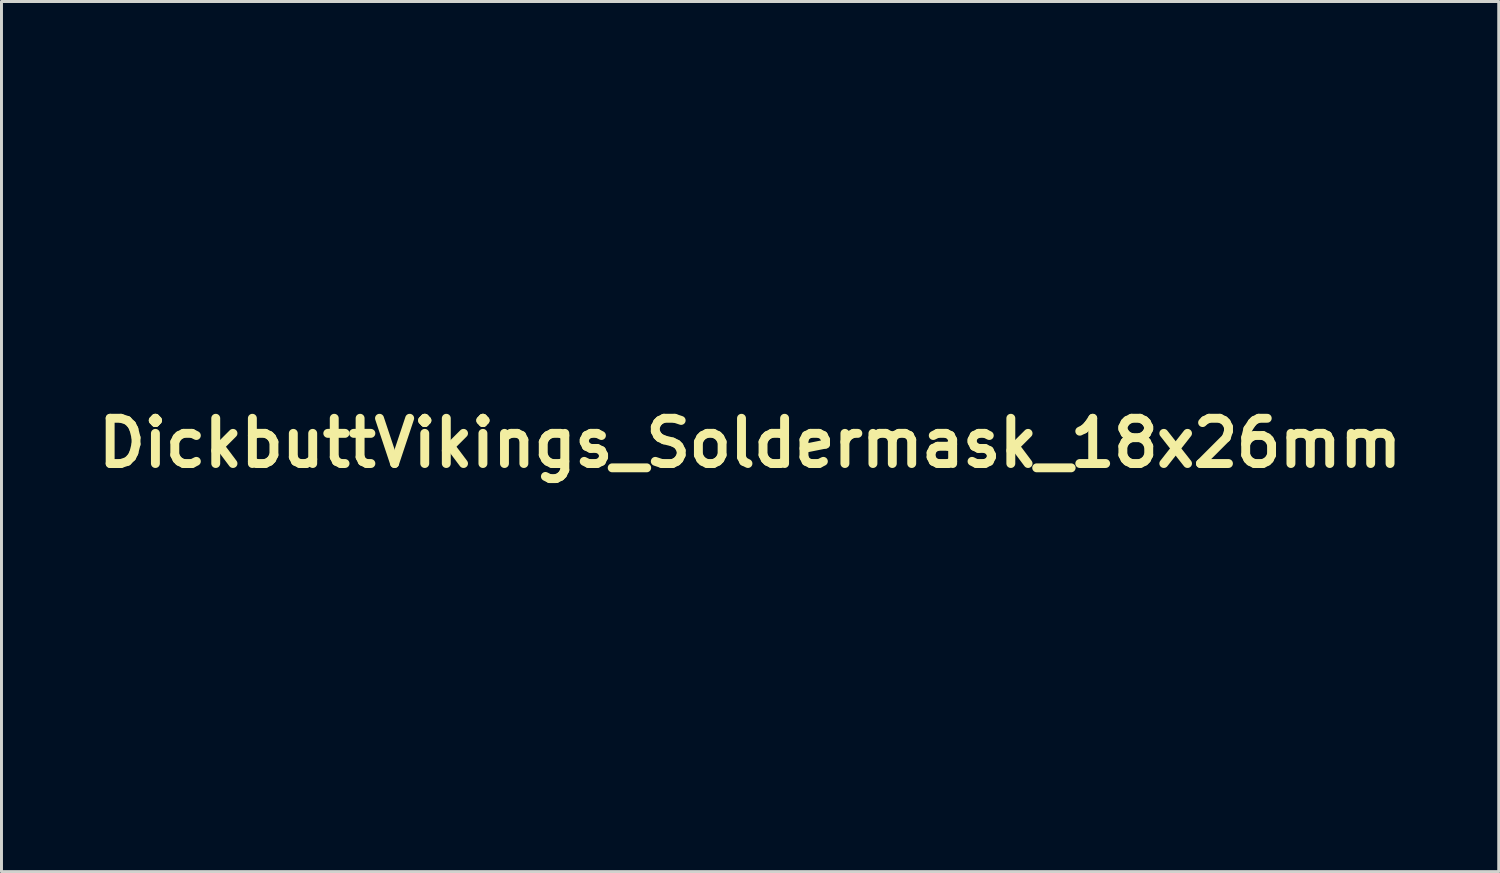
<source format=kicad_pcb>
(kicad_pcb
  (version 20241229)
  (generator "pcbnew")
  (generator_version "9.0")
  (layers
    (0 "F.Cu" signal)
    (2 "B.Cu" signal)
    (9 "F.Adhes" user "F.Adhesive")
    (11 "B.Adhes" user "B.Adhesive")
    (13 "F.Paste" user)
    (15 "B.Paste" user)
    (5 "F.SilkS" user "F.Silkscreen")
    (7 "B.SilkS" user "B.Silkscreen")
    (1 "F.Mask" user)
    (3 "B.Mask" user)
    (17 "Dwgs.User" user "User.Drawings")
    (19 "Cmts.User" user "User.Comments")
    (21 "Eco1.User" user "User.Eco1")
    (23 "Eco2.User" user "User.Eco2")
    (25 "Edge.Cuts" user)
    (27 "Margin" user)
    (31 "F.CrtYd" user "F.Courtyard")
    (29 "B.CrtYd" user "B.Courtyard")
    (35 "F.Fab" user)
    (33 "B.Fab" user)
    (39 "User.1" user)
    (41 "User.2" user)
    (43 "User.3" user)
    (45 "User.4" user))
  (footprint "DickbuttVikings_Soldermask_18x26mm"
    (layer "F.Cu")
    (at 22.214 11.872)
    (property "Reference" "DickbuttVikings_Soldermask_18x26mm" (at 0 0 0) (layer "F.SilkS") (effects (font (size 1.524 1.524) (thickness 0.3))))
    (attr through_hole)
    (fp_poly (pts (xy 2.446 5.484) (xy 2.514 5.547) (xy 2.509 5.588) (xy 2.417 5.649) (xy 2.323 5.595) (xy 2.315 5.584) (xy 2.301 5.495) (xy 2.379 5.468) (xy 2.446 5.484)) (stroke (width 0.01) (type solid)) (fill yes) (layer "F.Mask"))
    (fp_poly (pts (xy 2.666 7.015) (xy 2.698 7.097) (xy 2.62 7.167) (xy 2.614 7.17) (xy 2.491 7.202) (xy 2.423 7.156) (xy 2.4 7.071) (xy 2.474 7.001) (xy 2.586 6.961) (xy 2.666 7.015)) (stroke (width 0.01) (type solid)) (fill yes) (layer "F.Mask"))
    (fp_poly (pts (xy 2.682 4.545) (xy 2.685 4.626) (xy 2.609 4.696) (xy 2.484 4.754) (xy 2.417 4.743) (xy 2.377 4.692) (xy 2.384 4.608) (xy 2.474 4.535) (xy 2.584 4.509) (xy 2.682 4.545)) (stroke (width 0.01) (type solid)) (fill yes) (layer "F.Mask"))
    (fp_poly (pts (xy 6 0.954) (xy 6.025 1.049) (xy 6.011 1.107) (xy 5.934 1.199) (xy 5.834 1.177) (xy 5.823 1.166) (xy 5.817 1.086) (xy 5.85 1.001) (xy 5.929 0.929) (xy 6 0.954)) (stroke (width 0.01) (type solid)) (fill yes) (layer "F.Mask"))
    (fp_poly (pts (xy 1.043 3.115) (xy 1.066 3.135) (xy 1.126 3.205) (xy 1.094 3.234) (xy 0.966 3.239) (xy 0.827 3.221) (xy 0.762 3.177) (xy 0.762 3.173) (xy 0.811 3.09) (xy 0.922 3.069) (xy 1.043 3.115)) (stroke (width 0.01) (type solid)) (fill yes) (layer "F.Mask"))
    (fp_poly (pts (xy 2.118 6.134) (xy 2.184 6.179) (xy 2.258 6.255) (xy 2.225 6.321) (xy 2.212 6.332) (xy 2.11 6.367) (xy 2.01 6.317) (xy 1.934 6.225) (xy 1.934 6.164) (xy 2.009 6.101) (xy 2.118 6.134)) (stroke (width 0.01) (type solid)) (fill yes) (layer "F.Mask"))
    (fp_poly (pts (xy 5.634 1.632) (xy 5.64 1.733) (xy 5.595 1.837) (xy 5.515 1.892) (xy 5.401 1.874) (xy 5.366 1.842) (xy 5.366 1.741) (xy 5.442 1.64) (xy 5.556 1.588) (xy 5.568 1.587) (xy 5.634 1.632)) (stroke (width 0.01) (type solid)) (fill yes) (layer "F.Mask"))
    (fp_poly (pts (xy -4.339 -11.13) (xy -4.544 -10.72) (xy -4.663 -10.291) (xy -4.696 -9.868) (xy -4.641 -9.475) (xy -4.5 -9.136) (xy -4.395 -8.994) (xy -4.289 -8.894) (xy -4.118 -8.751) (xy -3.923 -8.601) (xy -3.56 -8.332) (xy -3.923 -8.152) (xy -4.174 -7.998) (xy -4.462 -7.774) (xy -4.737 -7.522) (xy -5.187 -7.071) (xy -5.411 -7.266) (xy -5.688 -7.545) (xy -5.94 -7.866) (xy -6.14 -8.191) (xy -6.254 -8.461) (xy -6.333 -8.819) (xy -6.337 -9.147) (xy -6.265 -9.503) (xy -6.241 -9.583) (xy -6.171 -9.771) (xy -6.075 -9.942) (xy -5.93 -10.127) (xy -5.714 -10.356) (xy -5.654 -10.418) (xy -5.282 -10.756) (xy -4.903 -11.038) (xy -4.546 -11.244) (xy -4.33 -11.332) (xy -4.182 -11.378) (xy -4.339 -11.13)) (stroke (width 0.01) (type solid)) (fill yes) (layer "F.Mask"))
    (fp_poly (pts (xy -1.73 -11.86) (xy -1.108 -11.794) (xy -0.584 -11.65) (xy -0.153 -11.426) (xy 0.187 -11.121) (xy 0.405 -10.8) (xy 0.555 -10.408) (xy 0.629 -9.951) (xy 0.625 -9.47) (xy 0.539 -9.002) (xy 0.51 -8.906) (xy 0.389 -8.586) (xy 0.226 -8.212) (xy 0.037 -7.819) (xy -0.159 -7.441) (xy -0.347 -7.113) (xy -0.506 -6.873) (xy -0.802 -6.564) (xy -1.135 -6.374) (xy -1.499 -6.304) (xy -1.883 -6.356) (xy -2.076 -6.459) (xy -2.274 -6.636) (xy -2.435 -6.845) (xy -2.514 -7.019) (xy -2.534 -7.307) (xy -2.454 -7.641) (xy -2.273 -8.03) (xy -2.141 -8.252) (xy -1.904 -8.629) (xy -1.725 -8.915) (xy -1.595 -9.131) (xy -1.502 -9.292) (xy -1.438 -9.416) (xy -1.391 -9.521) (xy -1.357 -9.612) (xy -1.277 -10.001) (xy -1.293 -10.402) (xy -1.405 -10.766) (xy -1.413 -10.781) (xy -1.508 -10.928) (xy -1.657 -11.112) (xy -1.838 -11.31) (xy -2.024 -11.496) (xy -2.192 -11.645) (xy -2.318 -11.734) (xy -2.36 -11.748) (xy -2.411 -11.797) (xy -2.413 -11.818) (xy -2.363 -11.851) (xy -2.207 -11.867) (xy -1.937 -11.867) (xy -1.73 -11.86)) (stroke (width 0.01) (type solid)) (fill yes) (layer "F.Mask"))
    (fp_poly (pts (xy -1.876 -3.757) (xy -1.583 -3.572) (xy -1.366 -3.291) (xy -1.299 -3.144) (xy -1.229 -2.806) (xy -1.28 -2.49) (xy -1.45 -2.207) (xy -1.732 -1.967) (xy -1.865 -1.891) (xy -2.114 -1.8) (xy -2.423 -1.743) (xy -2.751 -1.72) (xy -3.058 -1.734) (xy -3.306 -1.785) (xy -3.4 -1.829) (xy -3.612 -1.996) (xy -3.803 -2.205) (xy -3.893 -2.346) (xy -3.461 -2.346) (xy -3.253 -2.157) (xy -3.106 -2.042) (xy -2.96 -1.985) (xy -2.785 -1.986) (xy -2.547 -2.042) (xy -2.346 -2.106) (xy -2.041 -2.216) (xy -1.833 -2.319) (xy -1.692 -2.432) (xy -1.591 -2.574) (xy -1.557 -2.642) (xy -1.494 -2.795) (xy -1.49 -2.908) (xy -1.548 -3.049) (xy -1.57 -3.093) (xy -1.682 -3.266) (xy -1.804 -3.397) (xy -1.825 -3.413) (xy -1.902 -3.454) (xy -1.962 -3.443) (xy -2.028 -3.36) (xy -2.122 -3.186) (xy -2.149 -3.133) (xy -2.361 -2.784) (xy -2.584 -2.538) (xy -2.809 -2.404) (xy -2.919 -2.383) (xy -3.127 -2.37) (xy -3.286 -2.359) (xy -3.461 -2.346) (xy -3.893 -2.346) (xy -3.938 -2.415) (xy -3.976 -2.513) (xy -3.978 -2.769) (xy -3.872 -3.03) (xy -3.675 -3.28) (xy -3.403 -3.504) (xy -3.074 -3.683) (xy -2.704 -3.802) (xy -2.647 -3.813) (xy -2.234 -3.839) (xy -1.876 -3.757)) (stroke (width 0.01) (type solid)) (fill yes) (layer "F.Mask"))
    (fp_poly (pts (xy -1.524 0.933) (xy -1.474 1.011) (xy -1.438 1.15) (xy -1.413 1.36) (xy -1.397 1.657) (xy -1.388 2.052) (xy -1.384 2.558) (xy -1.384 2.654) (xy -1.38 3.083) (xy -1.373 3.474) (xy -1.363 3.806) (xy -1.35 4.061) (xy -1.336 4.22) (xy -1.327 4.261) (xy -1.242 4.343) (xy -1.08 4.441) (xy -0.952 4.503) (xy -0.734 4.616) (xy -0.515 4.763) (xy -0.322 4.92) (xy -0.183 5.065) (xy -0.127 5.174) (xy -0.127 5.178) (xy -0.182 5.325) (xy -0.347 5.418) (xy -0.626 5.459) (xy -0.73 5.461) (xy -1.042 5.486) (xy -1.24 5.563) (xy -1.328 5.693) (xy -1.333 5.747) (xy -1.382 5.843) (xy -1.497 5.959) (xy -1.631 6.056) (xy -1.739 6.094) (xy -1.843 6.063) (xy -1.968 6.002) (xy -2.175 5.941) (xy -2.45 5.948) (xy -2.648 5.963) (xy -2.768 5.943) (xy -2.858 5.872) (xy -2.91 5.809) (xy -3.024 5.603) (xy -3.042 5.38) (xy -2.96 5.123) (xy -2.777 4.812) (xy -2.774 4.808) (xy -2.499 4.407) (xy -2.519 2.981) (xy -2.526 2.549) (xy -2.535 2.141) (xy -2.545 1.782) (xy -2.555 1.495) (xy -2.564 1.303) (xy -2.568 1.26) (xy -2.567 1.041) (xy -2.514 0.933) (xy -2.414 0.94) (xy -2.291 1.042) (xy -2.228 1.12) (xy -2.184 1.208) (xy -2.159 1.33) (xy -2.15 1.504) (xy -2.155 1.752) (xy -2.174 2.095) (xy -2.188 2.318) (xy -2.206 3.071) (xy -2.162 3.666) (xy -2.132 3.949) (xy -2.117 4.206) (xy -2.12 4.395) (xy -2.127 4.445) (xy -2.19 4.593) (xy -2.313 4.788) (xy -2.452 4.969) (xy -2.637 5.216) (xy -2.712 5.399) (xy -2.678 5.519) (xy -2.536 5.575) (xy -2.53 5.576) (xy -2.391 5.563) (xy -2.32 5.463) (xy -2.315 5.449) (xy -2.241 5.263) (xy -2.16 5.199) (xy -2.054 5.251) (xy -1.961 5.348) (xy -1.843 5.472) (xy -1.771 5.506) (xy -1.718 5.462) (xy -1.717 5.461) (xy -1.683 5.335) (xy -1.69 5.163) (xy -1.691 5.159) (xy -1.706 5.018) (xy -1.668 4.962) (xy -1.587 4.953) (xy -1.444 4.984) (xy -1.259 5.06) (xy -1.202 5.09) (xy -1.037 5.172) (xy -0.934 5.185) (xy -0.86 5.146) (xy -0.777 5.046) (xy -0.786 4.949) (xy -0.897 4.845) (xy -1.118 4.722) (xy -1.239 4.665) (xy -1.53 4.518) (xy -1.704 4.392) (xy -1.766 4.303) (xy -1.782 4.186) (xy -1.789 3.972) (xy -1.788 3.692) (xy -1.777 3.375) (xy -1.777 3.365) (xy -1.765 3.05) (xy -1.762 2.772) (xy -1.766 2.561) (xy -1.779 2.447) (xy -1.779 2.445) (xy -1.796 2.331) (xy -1.808 2.123) (xy -1.815 1.852) (xy -1.815 1.619) (xy -1.811 1.314) (xy -1.803 1.112) (xy -1.785 0.992) (xy -1.753 0.931) (xy -1.703 0.907) (xy -1.671 0.901) (xy -1.589 0.9) (xy -1.524 0.933)) (stroke (width 0.01) (type solid)) (fill yes) (layer "F.Mask"))
    (fp_poly (pts (xy -2.569 -8.006) (xy -2.729 -7.603) (xy -2.775 -7.243) (xy -2.707 -6.912) (xy -2.655 -6.798) (xy -2.51 -6.579) (xy -2.324 -6.374) (xy -2.264 -6.322) (xy -2.128 -6.223) (xy -2.005 -6.164) (xy -1.852 -6.137) (xy -1.627 -6.128) (xy -1.523 -6.128) (xy -1.26 -6.133) (xy -1.079 -6.155) (xy -0.937 -6.205) (xy -0.789 -6.294) (xy -0.752 -6.32) (xy -0.559 -6.485) (xy -0.362 -6.702) (xy -0.256 -6.845) (xy -0.035 -7.179) (xy 0.077 -7.035) (xy 0.324 -6.628) (xy 0.505 -6.14) (xy 0.611 -5.605) (xy 0.634 -5.211) (xy 0.62 -4.922) (xy 0.581 -4.626) (xy 0.524 -4.352) (xy 0.455 -4.13) (xy 0.383 -3.989) (xy 0.345 -3.958) (xy 0.239 -3.965) (xy 0.085 -4.021) (xy 0.063 -4.032) (xy -0.078 -4.093) (xy -0.164 -4.109) (xy -0.17 -4.105) (xy -0.187 -4.012) (xy -0.123 -3.893) (xy -0.005 -3.789) (xy 0.066 -3.755) (xy 0.197 -3.689) (xy 0.254 -3.621) (xy 0.254 -3.619) (xy 0.218 -3.481) (xy 0.134 -3.357) (xy 0.039 -3.302) (xy 0.037 -3.302) (xy -0.006 -3.284) (xy -0.04 -3.222) (xy -0.069 -3.104) (xy -0.093 -2.916) (xy -0.114 -2.647) (xy -0.132 -2.285) (xy -0.15 -1.816) (xy -0.163 -1.429) (xy -0.175 -0.92) (xy -0.179 -0.513) (xy -0.173 -0.181) (xy -0.155 0.1) (xy -0.127 0.356) (xy -0.104 0.508) (xy -0.004 1.068) (xy 0.091 1.522) (xy 0.181 1.865) (xy 0.264 2.09) (xy 0.309 2.164) (xy 0.366 2.227) (xy 0.425 2.252) (xy 0.518 2.235) (xy 0.673 2.173) (xy 0.857 2.09) (xy 1.327 1.925) (xy 1.853 1.818) (xy 2.39 1.776) (xy 2.894 1.803) (xy 3.129 1.846) (xy 3.455 1.924) (xy 3.692 1.657) (xy 3.854 1.433) (xy 3.993 1.172) (xy 4.037 1.06) (xy 4.134 0.796) (xy 4.252 0.521) (xy 4.297 0.428) (xy 4.391 0.222) (xy 4.505 -0.052) (xy 4.617 -0.343) (xy 4.642 -0.41) (xy 4.736 -0.656) (xy 4.824 -0.857) (xy 4.891 -0.983) (xy 4.91 -1.006) (xy 5.096 -1.1) (xy 5.349 -1.157) (xy 5.613 -1.169) (xy 5.77 -1.145) (xy 6.029 -1.02) (xy 6.276 -0.802) (xy 6.492 -0.523) (xy 6.659 -0.212) (xy 6.756 0.101) (xy 6.766 0.384) (xy 6.759 0.423) (xy 6.668 0.78) (xy 6.556 1.155) (xy 6.434 1.52) (xy 6.31 1.849) (xy 6.196 2.112) (xy 6.101 2.284) (xy 6.09 2.298) (xy 5.981 2.445) (xy 5.915 2.551) (xy 5.905 2.575) (xy 5.959 2.598) (xy 6.097 2.581) (xy 6.283 2.533) (xy 6.462 2.47) (xy 6.621 2.42) (xy 6.751 2.437) (xy 6.874 2.497) (xy 7.128 2.645) (xy 7.277 2.762) (xy 7.334 2.863) (xy 7.314 2.963) (xy 7.313 2.965) (xy 7.288 3.108) (xy 7.371 3.206) (xy 7.523 3.239) (xy 7.662 3.269) (xy 7.797 3.341) (xy 7.891 3.427) (xy 7.903 3.497) (xy 7.822 3.535) (xy 7.665 3.555) (xy 7.616 3.556) (xy 7.459 3.565) (xy 7.372 3.589) (xy 7.366 3.598) (xy 7.401 3.669) (xy 7.49 3.801) (xy 7.539 3.867) (xy 7.673 4.102) (xy 7.709 4.349) (xy 7.681 4.595) (xy 7.614 4.829) (xy 7.521 5.016) (xy 7.418 5.12) (xy 7.388 5.13) (xy 7.167 5.173) (xy 7.036 5.229) (xy 6.958 5.316) (xy 6.934 5.364) (xy 6.838 5.488) (xy 6.727 5.521) (xy 6.639 5.455) (xy 6.627 5.43) (xy 6.547 5.353) (xy 6.395 5.283) (xy 6.363 5.273) (xy 6.139 5.256) (xy 5.986 5.343) (xy 5.912 5.529) (xy 5.905 5.622) (xy 5.857 5.829) (xy 5.718 6.098) (xy 5.499 6.417) (xy 5.21 6.77) (xy 4.86 7.143) (xy 4.858 7.145) (xy 4.339 7.599) (xy 3.806 7.934) (xy 3.245 8.154) (xy 2.642 8.266) (xy 2.444 8.28) (xy 2.189 8.304) (xy 2.021 8.345) (xy 1.969 8.382) (xy 1.935 8.48) (xy 1.904 8.668) (xy 1.874 8.955) (xy 1.846 9.347) (xy 1.817 9.855) (xy 1.804 10.116) (xy 1.783 10.499) (xy 1.756 10.775) (xy 1.718 10.964) (xy 1.661 11.085) (xy 1.578 11.159) (xy 1.462 11.204) (xy 1.417 11.216) (xy 1.281 11.205) (xy 1.064 11.136) (xy 0.793 11.021) (xy 0.494 10.872) (xy 0.191 10.702) (xy -0.089 10.523) (xy -0.218 10.43) (xy -0.411 10.256) (xy -0.612 10.032) (xy -0.8 9.786) (xy -0.954 9.546) (xy -1.053 9.343) (xy -1.08 9.229) (xy -1.025 9.081) (xy -0.922 8.98) (xy -0.801 8.921) (xy -0.66 8.908) (xy -0.451 8.936) (xy -0.43 8.94) (xy -0.193 8.994) (xy 0.026 9.057) (xy 0.106 9.086) (xy 0.261 9.134) (xy 0.362 9.117) (xy 0.408 9.085) (xy 0.484 8.951) (xy 0.504 8.762) (xy 0.468 8.577) (xy 0.408 8.482) (xy 0.352 8.425) (xy 0.302 8.396) (xy 0.229 8.394) (xy 0.099 8.42) (xy -0.116 8.474) (xy -0.173 8.488) (xy -0.352 8.529) (xy -0.519 8.554) (xy -0.701 8.563) (xy -0.928 8.558) (xy -1.23 8.538) (xy -1.541 8.512) (xy -1.935 8.479) (xy -2.222 8.463) (xy -2.421 8.472) (xy -2.551 8.513) (xy -2.631 8.593) (xy -2.681 8.719) (xy -2.72 8.898) (xy -2.73 8.953) (xy -2.787 9.163) (xy -2.884 9.442) (xy -3.006 9.745) (xy -3.077 9.904) (xy -3.2 10.176) (xy -3.304 10.421) (xy -3.377 10.608) (xy -3.4 10.682) (xy -3.467 10.831) (xy -3.59 11.011) (xy -3.741 11.19) (xy -3.893 11.338) (xy -4.017 11.421) (xy -4.054 11.429) (xy -4.168 11.403) (xy -4.348 11.336) (xy -4.477 11.279) (xy -4.803 11.083) (xy -5.143 10.807) (xy -5.461 10.487) (xy -5.719 10.158) (xy -5.838 9.957) (xy -5.923 9.776) (xy -5.441 9.776) (xy -5.382 9.953) (xy -5.335 10.032) (xy -5.193 10.2) (xy -4.998 10.389) (xy -4.778 10.577) (xy -4.561 10.743) (xy -4.372 10.865) (xy -4.24 10.921) (xy -4.225 10.922) (xy -4.076 10.872) (xy -3.926 10.744) (xy -3.922 10.74) (xy -3.856 10.627) (xy -3.764 10.425) (xy -3.655 10.156) (xy -3.537 9.843) (xy -3.417 9.51) (xy -3.304 9.178) (xy -3.205 8.871) (xy -3.129 8.611) (xy -3.083 8.422) (xy -3.076 8.325) (xy -3.078 8.322) (xy -3.171 8.256) (xy -3.284 8.303) (xy -3.401 8.457) (xy -3.42 8.493) (xy -3.488 8.648) (xy -3.58 8.89) (xy -3.684 9.186) (xy -3.782 9.484) (xy -3.907 9.859) (xy -4.012 10.119) (xy -4.113 10.271) (xy -4.227 10.322) (xy -4.369 10.28) (xy -4.555 10.151) (xy -4.799 9.944) (xy -5.009 9.768) (xy -5.189 9.633) (xy -5.314 9.554) (xy -5.357 9.543) (xy -5.433 9.626) (xy -5.441 9.776) (xy -5.923 9.776) (xy -5.96 9.695) (xy -6.018 9.513) (xy -6.014 9.385) (xy -5.951 9.283) (xy -5.916 9.249) (xy -5.733 9.164) (xy -5.483 9.168) (xy -5.189 9.254) (xy -4.872 9.419) (xy -4.677 9.554) (xy -4.507 9.669) (xy -4.385 9.703) (xy -4.289 9.644) (xy -4.2 9.482) (xy -4.114 9.255) (xy -4.017 8.981) (xy -3.917 8.707) (xy -3.838 8.498) (xy -3.771 8.293) (xy -3.767 8.167) (xy -3.793 8.117) (xy -3.875 8.054) (xy -4.044 7.949) (xy -4.275 7.815) (xy -4.517 7.683) (xy -5.146 7.29) (xy -5.698 6.818) (xy -6.187 6.255) (xy -6.622 5.589) (xy -6.824 5.211) (xy -6.977 4.889) (xy -7.137 4.521) (xy -7.294 4.137) (xy -7.435 3.764) (xy -7.55 3.431) (xy -7.628 3.168) (xy -7.653 3.054) (xy -7.706 2.816) (xy -7.779 2.585) (xy -7.795 2.546) (xy -7.841 2.365) (xy -7.877 2.077) (xy -7.901 1.706) (xy -7.914 1.272) (xy -7.917 0.796) (xy -7.912 0.528) (xy -7.457 0.528) (xy -7.454 0.903) (xy -7.449 1.363) (xy -7.442 1.72) (xy -7.432 1.999) (xy -7.414 2.223) (xy -7.388 2.418) (xy -7.349 2.608) (xy -7.296 2.815) (xy -7.225 3.066) (xy -7.212 3.111) (xy -7.056 3.593) (xy -6.855 4.106) (xy -6.625 4.625) (xy -6.376 5.124) (xy -6.122 5.578) (xy -5.877 5.959) (xy -5.656 6.239) (xy -5.21 6.673) (xy -4.734 7.046) (xy -4.27 7.327) (xy -4.002 7.442) (xy -3.639 7.57) (xy -3.21 7.701) (xy -2.743 7.829) (xy -2.269 7.944) (xy -1.817 8.038) (xy -1.683 8.062) (xy -1.397 8.11) (xy -1.179 8.139) (xy -0.993 8.15) (xy -0.802 8.141) (xy -0.569 8.113) (xy -0.258 8.065) (xy -0.148 8.047) (xy 0.237 7.985) (xy 0.513 7.953) (xy 0.699 7.965) (xy 0.811 8.037) (xy 0.866 8.182) (xy 0.883 8.417) (xy 0.879 8.755) (xy 0.875 8.915) (xy 0.867 9.253) (xy 0.857 9.485) (xy 0.841 9.632) (xy 0.816 9.714) (xy 0.777 9.752) (xy 0.72 9.767) (xy 0.711 9.768) (xy 0.572 9.743) (xy 0.36 9.65) (xy 0.152 9.53) (xy -0.12 9.37) (xy -0.304 9.289) (xy -0.411 9.283) (xy -0.452 9.348) (xy -0.452 9.35) (xy -0.45 9.486) (xy -0.408 9.612) (xy -0.313 9.746) (xy -0.15 9.902) (xy 0.093 10.096) (xy 0.407 10.326) (xy 0.726 10.542) (xy 0.968 10.673) (xy 1.142 10.723) (xy 1.262 10.694) (xy 1.326 10.619) (xy 1.345 10.524) (xy 1.365 10.322) (xy 1.385 10.036) (xy 1.402 9.684) (xy 1.415 9.289) (xy 1.418 9.185) (xy 1.43 8.788) (xy 1.444 8.434) (xy 1.459 8.143) (xy 1.474 7.935) (xy 1.489 7.83) (xy 1.493 7.821) (xy 1.569 7.805) (xy 1.746 7.792) (xy 2 7.783) (xy 2.304 7.779) (xy 2.34 7.779) (xy 2.677 7.777) (xy 2.918 7.769) (xy 3.097 7.75) (xy 3.245 7.713) (xy 3.393 7.653) (xy 3.557 7.574) (xy 3.983 7.319) (xy 4.404 6.991) (xy 4.793 6.617) (xy 5.122 6.224) (xy 5.363 5.838) (xy 5.396 5.769) (xy 5.509 5.376) (xy 5.517 4.953) (xy 5.422 4.539) (xy 5.357 4.388) (xy 5.171 4.099) (xy 4.92 3.86) (xy 4.59 3.666) (xy 4.166 3.506) (xy 3.635 3.375) (xy 3.449 3.34) (xy 3.158 3.29) (xy 2.947 3.268) (xy 2.771 3.271) (xy 2.585 3.301) (xy 2.449 3.33) (xy 2.08 3.428) (xy 1.796 3.533) (xy 1.558 3.665) (xy 1.374 3.801) (xy 1.222 3.908) (xy 1.107 3.964) (xy 1.072 3.964) (xy 1.013 3.868) (xy 1.061 3.733) (xy 1.205 3.575) (xy 1.299 3.501) (xy 1.465 3.376) (xy 1.586 3.273) (xy 1.624 3.231) (xy 1.61 3.148) (xy 1.525 3.022) (xy 1.487 2.979) (xy 1.369 2.827) (xy 1.359 2.735) (xy 1.452 2.707) (xy 1.641 2.746) (xy 1.784 2.797) (xy 2.188 2.898) (xy 2.582 2.887) (xy 2.733 2.839) (xy 3.504 2.839) (xy 3.57 2.915) (xy 3.746 3.002) (xy 4.04 3.105) (xy 4.077 3.116) (xy 4.569 3.29) (xy 4.955 3.484) (xy 5.256 3.712) (xy 5.493 3.99) (xy 5.671 4.298) (xy 5.834 4.528) (xy 6.066 4.676) (xy 6.385 4.748) (xy 6.591 4.759) (xy 6.787 4.755) (xy 6.885 4.732) (xy 6.911 4.679) (xy 6.908 4.651) (xy 6.935 4.56) (xy 7.059 4.521) (xy 7.218 4.458) (xy 7.274 4.333) (xy 7.216 4.164) (xy 7.211 4.157) (xy 7.103 4.055) (xy 6.919 3.991) (xy 6.781 3.967) (xy 6.511 3.91) (xy 6.253 3.819) (xy 6.037 3.709) (xy 5.89 3.594) (xy 5.842 3.498) (xy 5.886 3.376) (xy 6.01 3.343) (xy 6.2 3.399) (xy 6.286 3.444) (xy 6.44 3.523) (xy 6.544 3.557) (xy 6.563 3.554) (xy 6.585 3.478) (xy 6.606 3.318) (xy 6.615 3.206) (xy 6.623 3.018) (xy 6.604 2.922) (xy 6.54 2.882) (xy 6.449 2.868) (xy 6.275 2.884) (xy 6.061 2.951) (xy 5.983 2.987) (xy 5.744 3.068) (xy 5.504 3.089) (xy 5.294 3.053) (xy 5.143 2.966) (xy 5.08 2.834) (xy 5.08 2.824) (xy 5.123 2.745) (xy 5.239 2.606) (xy 5.404 2.433) (xy 5.467 2.371) (xy 5.728 2.098) (xy 5.924 1.829) (xy 6.074 1.53) (xy 6.194 1.167) (xy 6.282 0.801) (xy 6.351 0.434) (xy 6.372 0.156) (xy 6.342 -0.064) (xy 6.255 -0.258) (xy 6.106 -0.455) (xy 6.09 -0.474) (xy 5.85 -0.698) (xy 5.635 -0.798) (xy 5.443 -0.774) (xy 5.275 -0.624) (xy 5.129 -0.35) (xy 5.078 -0.209) (xy 4.935 0.172) (xy 4.742 0.613) (xy 4.517 1.078) (xy 4.279 1.53) (xy 4.044 1.934) (xy 3.837 2.247) (xy 3.685 2.469) (xy 3.57 2.663) (xy 3.509 2.799) (xy 3.504 2.839) (xy 2.733 2.839) (xy 2.888 2.789) (xy 3.055 2.662) (xy 3.147 2.496) (xy 3.151 2.33) (xy 3.109 2.251) (xy 3.056 2.207) (xy 2.97 2.178) (xy 2.829 2.164) (xy 2.611 2.161) (xy 2.292 2.168) (xy 2.219 2.17) (xy 1.878 2.182) (xy 1.631 2.2) (xy 1.444 2.228) (xy 1.286 2.273) (xy 1.122 2.342) (xy 0.999 2.401) (xy 0.638 2.61) (xy 0.401 2.82) (xy 0.287 3.035) (xy 0.283 3.213) (xy 0.291 3.388) (xy 0.237 3.461) (xy 0.124 3.425) (xy 0.105 3.411) (xy 0.042 3.323) (xy -0.028 3.143) (xy -0.107 2.864) (xy -0.197 2.479) (xy -0.299 1.982) (xy -0.415 1.371) (xy -0.468 1.072) (xy -0.509 0.815) (xy -0.54 0.576) (xy -0.561 0.331) (xy -0.574 0.057) (xy -0.581 -0.271) (xy -0.583 -0.675) (xy -0.583 -1.179) (xy -0.582 -1.252) (xy -0.579 -1.713) (xy -0.573 -2.141) (xy -0.566 -2.518) (xy -0.556 -2.823) (xy -0.546 -3.039) (xy -0.536 -3.139) (xy -0.497 -3.349) (xy -1.217 -3.652) (xy -1.48 -3.763) (xy -1.835 -3.912) (xy -2.254 -4.089) (xy -2.711 -4.283) (xy -3.18 -4.482) (xy -3.49 -4.613) (xy -3.905 -4.788) (xy -4.282 -4.945) (xy -4.605 -5.079) (xy -4.858 -5.182) (xy -5.025 -5.248) (xy -5.091 -5.271) (xy -5.168 -5.227) (xy -5.305 -5.113) (xy -5.48 -4.952) (xy -5.668 -4.768) (xy -5.845 -4.583) (xy -5.986 -4.423) (xy -6.068 -4.31) (xy -6.071 -4.305) (xy -6.125 -4.183) (xy -6.108 -4.109) (xy -6 -4.038) (xy -5.956 -4.015) (xy -5.688 -3.83) (xy -5.456 -3.59) (xy -5.296 -3.337) (xy -5.271 -3.271) (xy -5.185 -3.104) (xy -5.065 -3.053) (xy -4.889 -3.112) (xy -4.879 -3.117) (xy -4.749 -3.154) (xy -4.677 -3.115) (xy -4.671 -3.057) (xy -4.736 -2.954) (xy -4.881 -2.794) (xy -5.115 -2.566) (xy -5.129 -2.554) (xy -5.339 -2.348) (xy -5.508 -2.165) (xy -5.619 -2.025) (xy -5.652 -1.957) (xy -5.597 -1.792) (xy -5.44 -1.692) (xy -5.194 -1.662) (xy -5.152 -1.664) (xy -4.967 -1.686) (xy -4.887 -1.728) (xy -4.883 -1.778) (xy -4.915 -1.988) (xy -4.874 -2.106) (xy -4.778 -2.148) (xy -4.651 -2.117) (xy -4.495 -2.02) (xy -4.352 -1.891) (xy -4.264 -1.764) (xy -4.255 -1.72) (xy -4.302 -1.647) (xy -4.424 -1.534) (xy -4.518 -1.461) (xy -4.718 -1.338) (xy -4.911 -1.282) (xy -5.123 -1.27) (xy -5.493 -1.307) (xy -5.77 -1.413) (xy -5.947 -1.583) (xy -6.019 -1.813) (xy -6.006 -1.991) (xy -5.992 -2.115) (xy -6.032 -2.145) (xy -6.07 -2.134) (xy -6.18 -2.115) (xy -6.376 -2.101) (xy -6.618 -2.096) (xy -6.639 -2.095) (xy -6.906 -2.086) (xy -7.082 -2.044) (xy -7.186 -1.948) (xy -7.239 -1.774) (xy -7.259 -1.502) (xy -7.261 -1.405) (xy -7.271 -0.984) (xy -7.08 -1.001) (xy -6.961 -1.009) (xy -6.736 -1.021) (xy -6.429 -1.035) (xy -6.062 -1.052) (xy -5.657 -1.07) (xy -5.556 -1.074) (xy -4.948 -1.107) (xy -4.316 -1.156) (xy -3.689 -1.218) (xy -3.095 -1.289) (xy -2.563 -1.366) (xy -2.121 -1.445) (xy -2.01 -1.469) (xy -1.811 -1.506) (xy -1.692 -1.499) (xy -1.611 -1.448) (xy -1.554 -1.318) (xy -1.597 -1.188) (xy -1.704 -1.116) (xy -1.804 -1.094) (xy -2.002 -1.059) (xy -2.273 -1.013) (xy -2.589 -0.962) (xy -2.667 -0.95) (xy -3.353 -0.855) (xy -4.104 -0.779) (xy -4.937 -0.718) (xy -5.871 -0.672) (xy -6.287 -0.657) (xy -6.641 -0.642) (xy -6.953 -0.623) (xy -7.199 -0.602) (xy -7.357 -0.581) (xy -7.402 -0.567) (xy -7.426 -0.481) (xy -7.444 -0.269) (xy -7.454 0.068) (xy -7.457 0.528) (xy -7.912 0.528) (xy -7.908 0.3) (xy -7.888 -0.195) (xy -7.857 -0.668) (xy -7.814 -1.098) (xy -7.805 -1.17) (xy -7.742 -1.742) (xy -7.714 -2.208) (xy -7.719 -2.478) (xy -6.813 -2.478) (xy -6.794 -2.454) (xy -6.644 -2.404) (xy -6.604 -2.391) (xy -6.461 -2.36) (xy -6.321 -2.378) (xy -6.135 -2.455) (xy -6.078 -2.484) (xy -5.767 -2.673) (xy -5.582 -2.866) (xy -5.524 -3.061) (xy -5.593 -3.259) (xy -5.663 -3.346) (xy -5.808 -3.466) (xy -5.926 -3.475) (xy -6.03 -3.369) (xy -6.128 -3.158) (xy -6.224 -2.946) (xy -6.34 -2.804) (xy -6.521 -2.683) (xy -6.571 -2.655) (xy -6.747 -2.548) (xy -6.813 -2.478) (xy -7.719 -2.478) (xy -7.721 -2.581) (xy -7.723 -2.609) (xy -7.741 -2.87) (xy -7.736 -3.046) (xy -7.703 -3.178) (xy -7.636 -3.308) (xy -7.621 -3.332) (xy -7.469 -3.52) (xy -7.277 -3.689) (xy -7.238 -3.715) (xy -7.089 -3.834) (xy -6.896 -4.02) (xy -6.694 -4.242) (xy -6.619 -4.33) (xy -6.401 -4.585) (xy -6.162 -4.847) (xy -5.944 -5.068) (xy -5.899 -5.112) (xy -5.735 -5.273) (xy -5.62 -5.404) (xy -5.575 -5.48) (xy -5.575 -5.484) (xy -5.568 -5.586) (xy -5.546 -5.666) (xy -4.381 -5.666) (xy -4.325 -5.634) (xy -4.169 -5.56) (xy -3.929 -5.452) (xy -3.623 -5.317) (xy -3.266 -5.163) (xy -2.878 -4.996) (xy -2.473 -4.823) (xy -2.07 -4.652) (xy -1.684 -4.49) (xy -1.334 -4.345) (xy -1.035 -4.222) (xy -0.805 -4.131) (xy -0.661 -4.077) (xy -0.621 -4.066) (xy -0.605 -4.114) (xy -0.627 -4.203) (xy -0.644 -4.24) (xy -0.674 -4.277) (xy -0.727 -4.319) (xy -0.813 -4.371) (xy -0.944 -4.438) (xy -1.129 -4.525) (xy -1.378 -4.636) (xy -1.704 -4.777) (xy -2.115 -4.952) (xy -2.622 -5.167) (xy -3.236 -5.425) (xy -3.236 -5.426) (xy -3.654 -5.594) (xy -3.965 -5.703) (xy -4.167 -5.75) (xy -4.236 -5.749) (xy -4.348 -5.704) (xy -4.381 -5.666) (xy -5.546 -5.666) (xy -5.525 -5.742) (xy -5.465 -5.897) (xy -5.408 -5.993) (xy -5.4 -5.999) (xy -5.313 -5.998) (xy -5.162 -5.953) (xy -5.116 -5.935) (xy -4.952 -5.877) (xy -4.844 -5.88) (xy -4.759 -5.926) (xy -4.695 -5.98) (xy -4.702 -6.025) (xy -4.796 -6.08) (xy -4.952 -6.147) (xy -5.139 -6.239) (xy -5.24 -6.335) (xy -5.256 -6.459) (xy -5.187 -6.633) (xy -5.035 -6.877) (xy -4.997 -6.933) (xy -4.657 -7.336) (xy -4.229 -7.693) (xy -3.745 -7.986) (xy -3.235 -8.196) (xy -2.74 -8.302) (xy -2.401 -8.337) (xy -2.569 -8.006)) (stroke (width 0.01) (type solid)) (fill yes) (layer "F.Mask")))
  (gr_rect
    (start -3 -3)
    (end 47.428 26.307)
    (stroke (width 0.1) (type default))
    (fill no)
    (layer "Edge.Cuts")))
</source>
